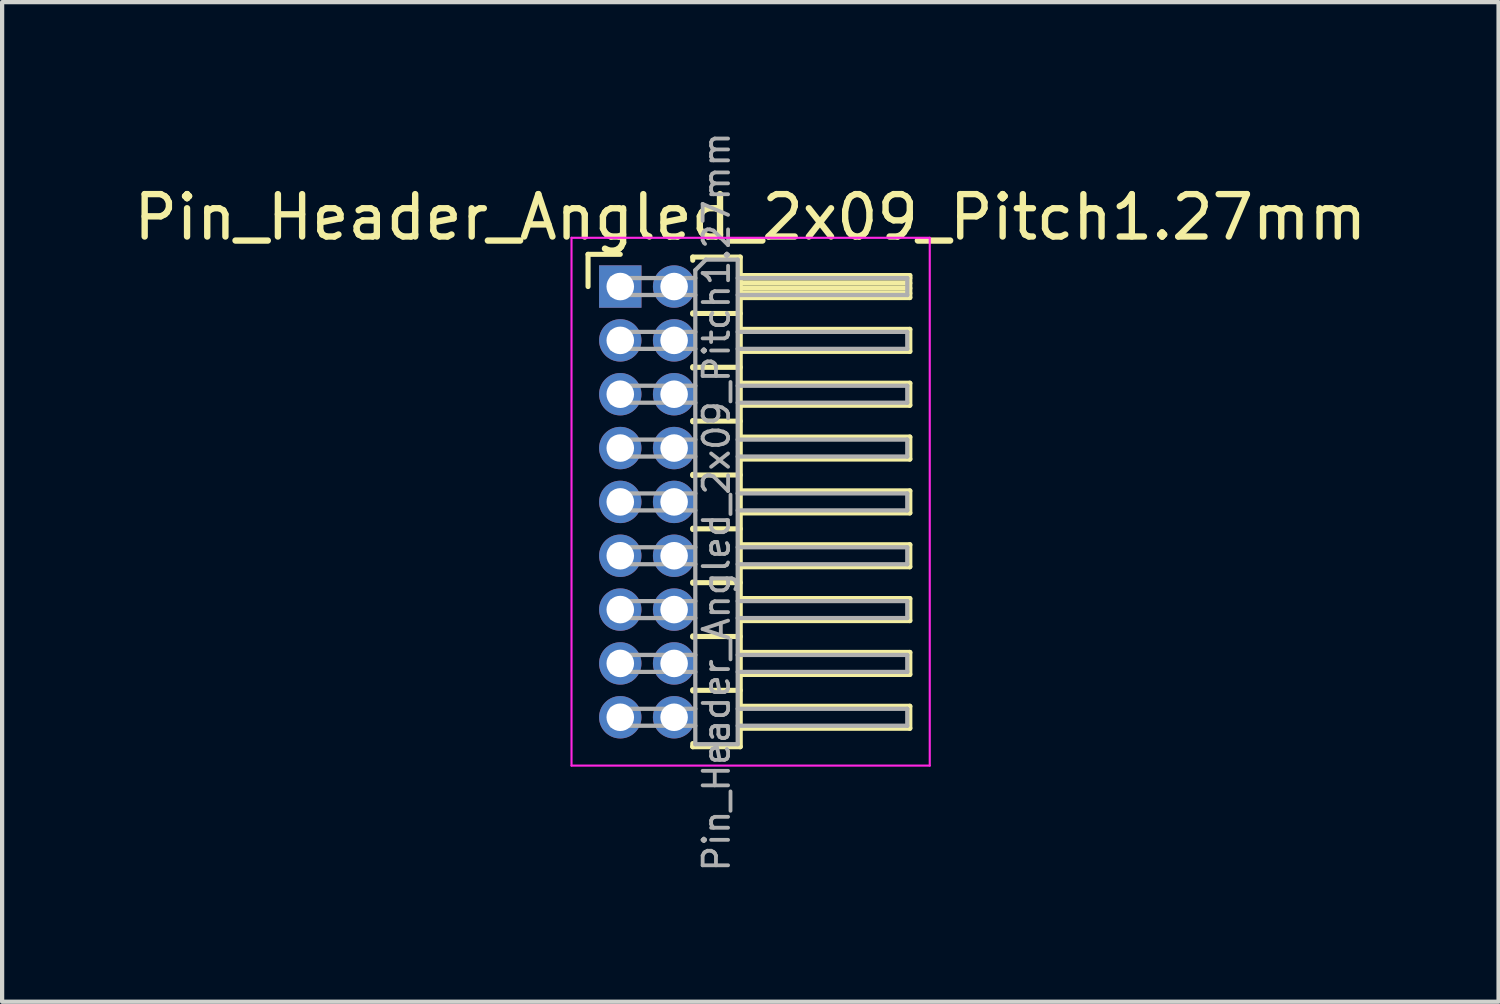
<source format=kicad_pcb>
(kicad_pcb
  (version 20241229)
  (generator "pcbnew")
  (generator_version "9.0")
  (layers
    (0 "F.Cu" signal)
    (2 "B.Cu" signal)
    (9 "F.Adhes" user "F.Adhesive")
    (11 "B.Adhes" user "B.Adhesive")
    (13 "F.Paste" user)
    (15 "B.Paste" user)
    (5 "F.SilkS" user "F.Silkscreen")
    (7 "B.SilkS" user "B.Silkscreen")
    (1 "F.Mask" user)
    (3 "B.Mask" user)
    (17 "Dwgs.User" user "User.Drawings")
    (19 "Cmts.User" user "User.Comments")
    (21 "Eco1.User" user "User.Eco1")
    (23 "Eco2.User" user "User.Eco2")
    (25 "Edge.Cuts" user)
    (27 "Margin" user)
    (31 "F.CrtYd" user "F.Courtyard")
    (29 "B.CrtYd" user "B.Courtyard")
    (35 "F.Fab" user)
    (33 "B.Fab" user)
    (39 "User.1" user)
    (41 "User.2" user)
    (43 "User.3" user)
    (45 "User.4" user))
  (footprint "Pin_Header_Angled_2x09_Pitch1.27mm"
    (layer "F.Cu")
    (at 11.581 3.709)
    (property "Reference" "Pin_Header_Angled_2x09_Pitch1.27mm" (at 3.067 -1.635 0) (layer "F.SilkS") (effects (font (size 1 1) (thickness 0.15))))
    (attr through_hole)
    (fp_line (start -0.76 -0.76) (end 0 -0.76) (stroke (width 0.12) (type solid)) (layer "F.SilkS"))
    (fp_line (start -0.76 0) (end -0.76 -0.76) (stroke (width 0.12) (type solid)) (layer "F.SilkS"))
    (fp_line (start 1.71 -0.695) (end 2.83 -0.695) (stroke (width 0.12) (type solid)) (layer "F.SilkS"))
    (fp_line (start 1.71 -0.62) (end 1.71 -0.695) (stroke (width 0.12) (type solid)) (layer "F.SilkS"))
    (fp_line (start 1.71 0.62) (end 1.71 0.65) (stroke (width 0.12) (type solid)) (layer "F.SilkS"))
    (fp_line (start 1.71 0.635) (end 2.83 0.635) (stroke (width 0.12) (type solid)) (layer "F.SilkS"))
    (fp_line (start 1.71 1.89) (end 1.71 1.92) (stroke (width 0.12) (type solid)) (layer "F.SilkS"))
    (fp_line (start 1.71 1.905) (end 2.83 1.905) (stroke (width 0.12) (type solid)) (layer "F.SilkS"))
    (fp_line (start 1.71 3.16) (end 1.71 3.19) (stroke (width 0.12) (type solid)) (layer "F.SilkS"))
    (fp_line (start 1.71 3.175) (end 2.83 3.175) (stroke (width 0.12) (type solid)) (layer "F.SilkS"))
    (fp_line (start 1.71 4.43) (end 1.71 4.46) (stroke (width 0.12) (type solid)) (layer "F.SilkS"))
    (fp_line (start 1.71 4.445) (end 2.83 4.445) (stroke (width 0.12) (type solid)) (layer "F.SilkS"))
    (fp_line (start 1.71 5.7) (end 1.71 5.73) (stroke (width 0.12) (type solid)) (layer "F.SilkS"))
    (fp_line (start 1.71 5.715) (end 2.83 5.715) (stroke (width 0.12) (type solid)) (layer "F.SilkS"))
    (fp_line (start 1.71 6.97) (end 1.71 7) (stroke (width 0.12) (type solid)) (layer "F.SilkS"))
    (fp_line (start 1.71 6.985) (end 2.83 6.985) (stroke (width 0.12) (type solid)) (layer "F.SilkS"))
    (fp_line (start 1.71 8.24) (end 1.71 8.27) (stroke (width 0.12) (type solid)) (layer "F.SilkS"))
    (fp_line (start 1.71 8.255) (end 2.83 8.255) (stroke (width 0.12) (type solid)) (layer "F.SilkS"))
    (fp_line (start 1.71 9.51) (end 1.71 9.54) (stroke (width 0.12) (type solid)) (layer "F.SilkS"))
    (fp_line (start 1.71 9.525) (end 2.83 9.525) (stroke (width 0.12) (type solid)) (layer "F.SilkS"))
    (fp_line (start 1.71 10.855) (end 1.71 10.78) (stroke (width 0.12) (type solid)) (layer "F.SilkS"))
    (fp_line (start 2.83 -0.695) (end 2.83 10.855) (stroke (width 0.12) (type solid)) (layer "F.SilkS"))
    (fp_line (start 2.83 -0.26) (end 6.83 -0.26) (stroke (width 0.12) (type solid)) (layer "F.SilkS"))
    (fp_line (start 2.83 -0.2) (end 6.83 -0.2) (stroke (width 0.12) (type solid)) (layer "F.SilkS"))
    (fp_line (start 2.83 -0.08) (end 6.83 -0.08) (stroke (width 0.12) (type solid)) (layer "F.SilkS"))
    (fp_line (start 2.83 0.04) (end 6.83 0.04) (stroke (width 0.12) (type solid)) (layer "F.SilkS"))
    (fp_line (start 2.83 0.16) (end 6.83 0.16) (stroke (width 0.12) (type solid)) (layer "F.SilkS"))
    (fp_line (start 2.83 1.01) (end 6.83 1.01) (stroke (width 0.12) (type solid)) (layer "F.SilkS"))
    (fp_line (start 2.83 2.28) (end 6.83 2.28) (stroke (width 0.12) (type solid)) (layer "F.SilkS"))
    (fp_line (start 2.83 3.55) (end 6.83 3.55) (stroke (width 0.12) (type solid)) (layer "F.SilkS"))
    (fp_line (start 2.83 4.82) (end 6.83 4.82) (stroke (width 0.12) (type solid)) (layer "F.SilkS"))
    (fp_line (start 2.83 6.09) (end 6.83 6.09) (stroke (width 0.12) (type solid)) (layer "F.SilkS"))
    (fp_line (start 2.83 7.36) (end 6.83 7.36) (stroke (width 0.12) (type solid)) (layer "F.SilkS"))
    (fp_line (start 2.83 8.63) (end 6.83 8.63) (stroke (width 0.12) (type solid)) (layer "F.SilkS"))
    (fp_line (start 2.83 9.9) (end 6.83 9.9) (stroke (width 0.12) (type solid)) (layer "F.SilkS"))
    (fp_line (start 2.83 10.855) (end 1.71 10.855) (stroke (width 0.12) (type solid)) (layer "F.SilkS"))
    (fp_line (start 6.83 -0.26) (end 6.83 0.26) (stroke (width 0.12) (type solid)) (layer "F.SilkS"))
    (fp_line (start 6.83 0.26) (end 2.83 0.26) (stroke (width 0.12) (type solid)) (layer "F.SilkS"))
    (fp_line (start 6.83 1.01) (end 6.83 1.53) (stroke (width 0.12) (type solid)) (layer "F.SilkS"))
    (fp_line (start 6.83 1.53) (end 2.83 1.53) (stroke (width 0.12) (type solid)) (layer "F.SilkS"))
    (fp_line (start 6.83 2.28) (end 6.83 2.8) (stroke (width 0.12) (type solid)) (layer "F.SilkS"))
    (fp_line (start 6.83 2.8) (end 2.83 2.8) (stroke (width 0.12) (type solid)) (layer "F.SilkS"))
    (fp_line (start 6.83 3.55) (end 6.83 4.07) (stroke (width 0.12) (type solid)) (layer "F.SilkS"))
    (fp_line (start 6.83 4.07) (end 2.83 4.07) (stroke (width 0.12) (type solid)) (layer "F.SilkS"))
    (fp_line (start 6.83 4.82) (end 6.83 5.34) (stroke (width 0.12) (type solid)) (layer "F.SilkS"))
    (fp_line (start 6.83 5.34) (end 2.83 5.34) (stroke (width 0.12) (type solid)) (layer "F.SilkS"))
    (fp_line (start 6.83 6.09) (end 6.83 6.61) (stroke (width 0.12) (type solid)) (layer "F.SilkS"))
    (fp_line (start 6.83 6.61) (end 2.83 6.61) (stroke (width 0.12) (type solid)) (layer "F.SilkS"))
    (fp_line (start 6.83 7.36) (end 6.83 7.88) (stroke (width 0.12) (type solid)) (layer "F.SilkS"))
    (fp_line (start 6.83 7.88) (end 2.83 7.88) (stroke (width 0.12) (type solid)) (layer "F.SilkS"))
    (fp_line (start 6.83 8.63) (end 6.83 9.15) (stroke (width 0.12) (type solid)) (layer "F.SilkS"))
    (fp_line (start 6.83 9.15) (end 2.83 9.15) (stroke (width 0.12) (type solid)) (layer "F.SilkS"))
    (fp_line (start 6.83 9.9) (end 6.83 10.42) (stroke (width 0.12) (type solid)) (layer "F.SilkS"))
    (fp_line (start 6.83 10.42) (end 2.83 10.42) (stroke (width 0.12) (type solid)) (layer "F.SilkS"))
    (fp_line (start -1.15 -1.15) (end -1.15 11.3) (stroke (width 0.05) (type solid)) (layer "F.CrtYd"))
    (fp_line (start -1.15 11.3) (end 7.3 11.3) (stroke (width 0.05) (type solid)) (layer "F.CrtYd"))
    (fp_line (start 7.3 -1.15) (end -1.15 -1.15) (stroke (width 0.05) (type solid)) (layer "F.CrtYd"))
    (fp_line (start 7.3 11.3) (end 7.3 -1.15) (stroke (width 0.05) (type solid)) (layer "F.CrtYd"))
    (fp_line (start -0.2 -0.2) (end -0.2 0.2) (stroke (width 0.1) (type solid)) (layer "F.Fab"))
    (fp_line (start -0.2 -0.2) (end 1.77 -0.2) (stroke (width 0.1) (type solid)) (layer "F.Fab"))
    (fp_line (start -0.2 0.2) (end 1.77 0.2) (stroke (width 0.1) (type solid)) (layer "F.Fab"))
    (fp_line (start -0.2 1.07) (end -0.2 1.47) (stroke (width 0.1) (type solid)) (layer "F.Fab"))
    (fp_line (start -0.2 1.07) (end 1.77 1.07) (stroke (width 0.1) (type solid)) (layer "F.Fab"))
    (fp_line (start -0.2 1.47) (end 1.77 1.47) (stroke (width 0.1) (type solid)) (layer "F.Fab"))
    (fp_line (start -0.2 2.34) (end -0.2 2.74) (stroke (width 0.1) (type solid)) (layer "F.Fab"))
    (fp_line (start -0.2 2.34) (end 1.77 2.34) (stroke (width 0.1) (type solid)) (layer "F.Fab"))
    (fp_line (start -0.2 2.74) (end 1.77 2.74) (stroke (width 0.1) (type solid)) (layer "F.Fab"))
    (fp_line (start -0.2 3.61) (end -0.2 4.01) (stroke (width 0.1) (type solid)) (layer "F.Fab"))
    (fp_line (start -0.2 3.61) (end 1.77 3.61) (stroke (width 0.1) (type solid)) (layer "F.Fab"))
    (fp_line (start -0.2 4.01) (end 1.77 4.01) (stroke (width 0.1) (type solid)) (layer "F.Fab"))
    (fp_line (start -0.2 4.88) (end -0.2 5.28) (stroke (width 0.1) (type solid)) (layer "F.Fab"))
    (fp_line (start -0.2 4.88) (end 1.77 4.88) (stroke (width 0.1) (type solid)) (layer "F.Fab"))
    (fp_line (start -0.2 5.28) (end 1.77 5.28) (stroke (width 0.1) (type solid)) (layer "F.Fab"))
    (fp_line (start -0.2 6.15) (end -0.2 6.55) (stroke (width 0.1) (type solid)) (layer "F.Fab"))
    (fp_line (start -0.2 6.15) (end 1.77 6.15) (stroke (width 0.1) (type solid)) (layer "F.Fab"))
    (fp_line (start -0.2 6.55) (end 1.77 6.55) (stroke (width 0.1) (type solid)) (layer "F.Fab"))
    (fp_line (start -0.2 7.42) (end -0.2 7.82) (stroke (width 0.1) (type solid)) (layer "F.Fab"))
    (fp_line (start -0.2 7.42) (end 1.77 7.42) (stroke (width 0.1) (type solid)) (layer "F.Fab"))
    (fp_line (start -0.2 7.82) (end 1.77 7.82) (stroke (width 0.1) (type solid)) (layer "F.Fab"))
    (fp_line (start -0.2 8.69) (end -0.2 9.09) (stroke (width 0.1) (type solid)) (layer "F.Fab"))
    (fp_line (start -0.2 8.69) (end 1.77 8.69) (stroke (width 0.1) (type solid)) (layer "F.Fab"))
    (fp_line (start -0.2 9.09) (end 1.77 9.09) (stroke (width 0.1) (type solid)) (layer "F.Fab"))
    (fp_line (start -0.2 9.96) (end -0.2 10.36) (stroke (width 0.1) (type solid)) (layer "F.Fab"))
    (fp_line (start -0.2 9.96) (end 1.77 9.96) (stroke (width 0.1) (type solid)) (layer "F.Fab"))
    (fp_line (start -0.2 10.36) (end 1.77 10.36) (stroke (width 0.1) (type solid)) (layer "F.Fab"))
    (fp_line (start 1.77 -0.385) (end 2.02 -0.635) (stroke (width 0.1) (type solid)) (layer "F.Fab"))
    (fp_line (start 1.77 10.795) (end 1.77 -0.385) (stroke (width 0.1) (type solid)) (layer "F.Fab"))
    (fp_line (start 2.02 -0.635) (end 2.77 -0.635) (stroke (width 0.1) (type solid)) (layer "F.Fab"))
    (fp_line (start 2.77 -0.635) (end 2.77 10.795) (stroke (width 0.1) (type solid)) (layer "F.Fab"))
    (fp_line (start 2.77 -0.2) (end 6.77 -0.2) (stroke (width 0.1) (type solid)) (layer "F.Fab"))
    (fp_line (start 2.77 0.2) (end 6.77 0.2) (stroke (width 0.1) (type solid)) (layer "F.Fab"))
    (fp_line (start 2.77 1.07) (end 6.77 1.07) (stroke (width 0.1) (type solid)) (layer "F.Fab"))
    (fp_line (start 2.77 1.47) (end 6.77 1.47) (stroke (width 0.1) (type solid)) (layer "F.Fab"))
    (fp_line (start 2.77 2.34) (end 6.77 2.34) (stroke (width 0.1) (type solid)) (layer "F.Fab"))
    (fp_line (start 2.77 2.74) (end 6.77 2.74) (stroke (width 0.1) (type solid)) (layer "F.Fab"))
    (fp_line (start 2.77 3.61) (end 6.77 3.61) (stroke (width 0.1) (type solid)) (layer "F.Fab"))
    (fp_line (start 2.77 4.01) (end 6.77 4.01) (stroke (width 0.1) (type solid)) (layer "F.Fab"))
    (fp_line (start 2.77 4.88) (end 6.77 4.88) (stroke (width 0.1) (type solid)) (layer "F.Fab"))
    (fp_line (start 2.77 5.28) (end 6.77 5.28) (stroke (width 0.1) (type solid)) (layer "F.Fab"))
    (fp_line (start 2.77 6.15) (end 6.77 6.15) (stroke (width 0.1) (type solid)) (layer "F.Fab"))
    (fp_line (start 2.77 6.55) (end 6.77 6.55) (stroke (width 0.1) (type solid)) (layer "F.Fab"))
    (fp_line (start 2.77 7.42) (end 6.77 7.42) (stroke (width 0.1) (type solid)) (layer "F.Fab"))
    (fp_line (start 2.77 7.82) (end 6.77 7.82) (stroke (width 0.1) (type solid)) (layer "F.Fab"))
    (fp_line (start 2.77 8.69) (end 6.77 8.69) (stroke (width 0.1) (type solid)) (layer "F.Fab"))
    (fp_line (start 2.77 9.09) (end 6.77 9.09) (stroke (width 0.1) (type solid)) (layer "F.Fab"))
    (fp_line (start 2.77 9.96) (end 6.77 9.96) (stroke (width 0.1) (type solid)) (layer "F.Fab"))
    (fp_line (start 2.77 10.36) (end 6.77 10.36) (stroke (width 0.1) (type solid)) (layer "F.Fab"))
    (fp_line (start 2.77 10.795) (end 1.77 10.795) (stroke (width 0.1) (type solid)) (layer "F.Fab"))
    (fp_line (start 6.77 -0.2) (end 6.77 0.2) (stroke (width 0.1) (type solid)) (layer "F.Fab"))
    (fp_line (start 6.77 1.07) (end 6.77 1.47) (stroke (width 0.1) (type solid)) (layer "F.Fab"))
    (fp_line (start 6.77 2.34) (end 6.77 2.74) (stroke (width 0.1) (type solid)) (layer "F.Fab"))
    (fp_line (start 6.77 3.61) (end 6.77 4.01) (stroke (width 0.1) (type solid)) (layer "F.Fab"))
    (fp_line (start 6.77 4.88) (end 6.77 5.28) (stroke (width 0.1) (type solid)) (layer "F.Fab"))
    (fp_line (start 6.77 6.15) (end 6.77 6.55) (stroke (width 0.1) (type solid)) (layer "F.Fab"))
    (fp_line (start 6.77 7.42) (end 6.77 7.82) (stroke (width 0.1) (type solid)) (layer "F.Fab"))
    (fp_line (start 6.77 8.69) (end 6.77 9.09) (stroke (width 0.1) (type solid)) (layer "F.Fab"))
    (fp_line (start 6.77 9.96) (end 6.77 10.36) (stroke (width 0.1) (type solid)) (layer "F.Fab"))
    (fp_text user "${REFERENCE}" (at 2.27 5.08 90) (layer "F.Fab") (effects (font (size 0.6 0.6) (thickness 0.09))))
    (pad "1" thru_hole rect (at 0 0) (size 1 1) (drill 0.65) (layers "*.Cu" "*.Mask"))
    (pad "2" thru_hole oval (at 1.27 0) (size 1 1) (drill 0.65) (layers "*.Cu" "*.Mask"))
    (pad "3" thru_hole oval (at 0 1.27) (size 1 1) (drill 0.65) (layers "*.Cu" "*.Mask"))
    (pad "4" thru_hole oval (at 1.27 1.27) (size 1 1) (drill 0.65) (layers "*.Cu" "*.Mask"))
    (pad "5" thru_hole oval (at 0 2.54) (size 1 1) (drill 0.65) (layers "*.Cu" "*.Mask"))
    (pad "6" thru_hole oval (at 1.27 2.54) (size 1 1) (drill 0.65) (layers "*.Cu" "*.Mask"))
    (pad "7" thru_hole oval (at 0 3.81) (size 1 1) (drill 0.65) (layers "*.Cu" "*.Mask"))
    (pad "8" thru_hole oval (at 1.27 3.81) (size 1 1) (drill 0.65) (layers "*.Cu" "*.Mask"))
    (pad "9" thru_hole oval (at 0 5.08) (size 1 1) (drill 0.65) (layers "*.Cu" "*.Mask"))
    (pad "10" thru_hole oval (at 1.27 5.08) (size 1 1) (drill 0.65) (layers "*.Cu" "*.Mask"))
    (pad "11" thru_hole oval (at 0 6.35) (size 1 1) (drill 0.65) (layers "*.Cu" "*.Mask"))
    (pad "12" thru_hole oval (at 1.27 6.35) (size 1 1) (drill 0.65) (layers "*.Cu" "*.Mask"))
    (pad "13" thru_hole oval (at 0 7.62) (size 1 1) (drill 0.65) (layers "*.Cu" "*.Mask"))
    (pad "14" thru_hole oval (at 1.27 7.62) (size 1 1) (drill 0.65) (layers "*.Cu" "*.Mask"))
    (pad "15" thru_hole oval (at 0 8.89) (size 1 1) (drill 0.65) (layers "*.Cu" "*.Mask"))
    (pad "16" thru_hole oval (at 1.27 8.89) (size 1 1) (drill 0.65) (layers "*.Cu" "*.Mask"))
    (pad "17" thru_hole oval (at 0 10.16) (size 1 1) (drill 0.65) (layers "*.Cu" "*.Mask"))
    (pad "18" thru_hole oval (at 1.27 10.16) (size 1 1) (drill 0.65) (layers "*.Cu" "*.Mask")))
  (gr_rect
    (start -3 -3)
    (end 32.298 20.579)
    (stroke (width 0.1) (type default))
    (fill no)
    (layer "Edge.Cuts")))
</source>
